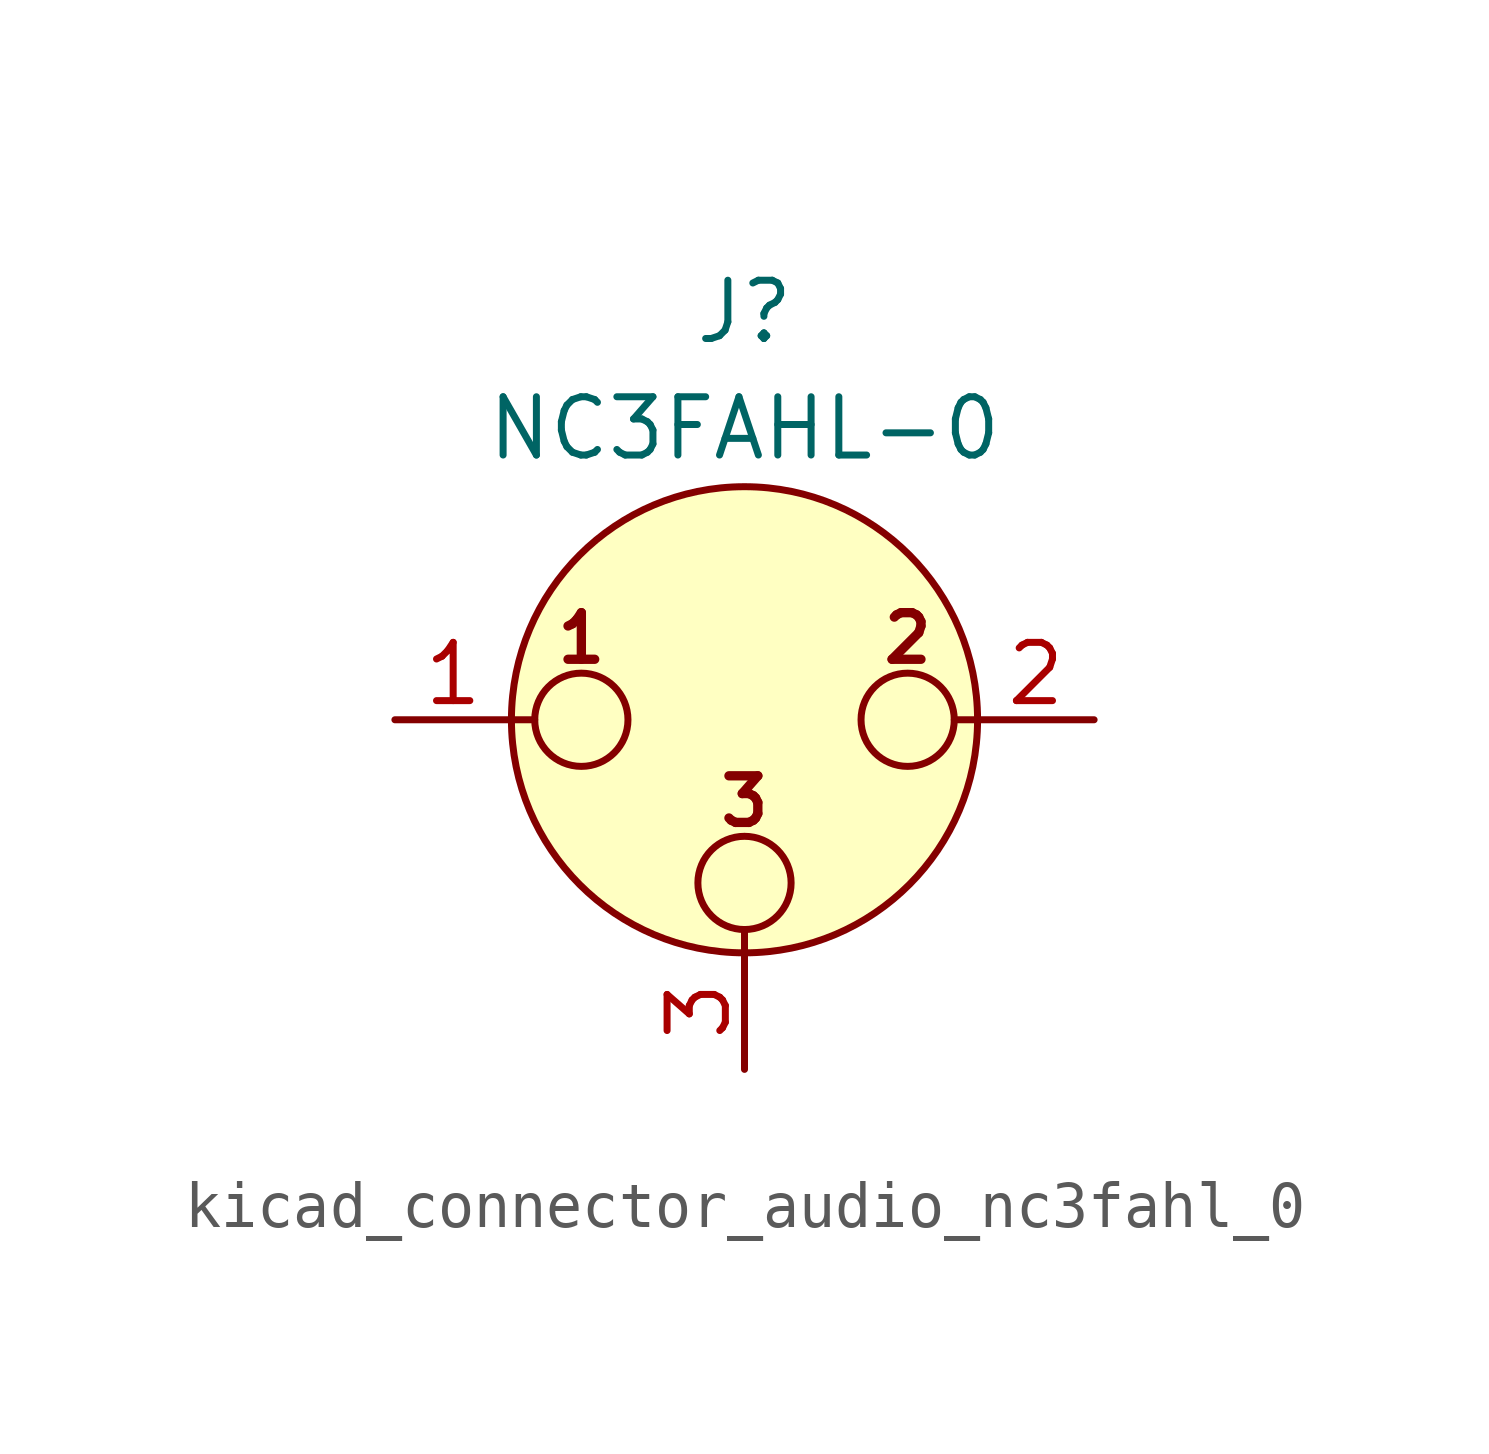
<source format=kicad_sym>
(kicad_symbol_lib
  (version 20220914)
  (generator kicad_symbol_editor)
  (symbol "kicad_connector_audio_nc3fahl_0"
    (pin_names hide)
    (property "Reference" "J"
      (at 0 8.89 0)
      (effects (font (size 1.27 1.27))))
    (property "Value" "NC3FAHL-0"
      (at 0 6.35 0)
      (effects (font (size 1.27 1.27))))
    (symbol "kicad_connector_audio_nc3fahl_0_0_1"
      (circle (center -3.556 0) (radius 1.016) (stroke (width 0) (type default)) (fill (type none)))
      (circle (center 0 -3.556) (radius 1.016) (stroke (width 0) (type default)) (fill (type none)))
      (polyline (pts (xy -5.08 0) (xy -4.572 0)) (stroke (width 0) (type default)) (fill (type none)))
      (polyline (pts (xy 0 -5.08) (xy 0 -4.572)) (stroke (width 0) (type default)) (fill (type none)))
      (polyline (pts (xy 5.08 0) (xy 4.572 0)) (stroke (width 0) (type default)) (fill (type none)))
      (circle (center 0 0) (radius 5.08) (stroke (width 0) (type default)) (fill (type background)))
      (circle (center 3.556 0) (radius 1.016) (stroke (width 0) (type default)) (fill (type none)))
      (text "1" (at -3.556 1.778 0) (effects (font (size 1.016 1.016) bold)))
      (text "2" (at 3.556 1.778 0) (effects (font (size 1.016 1.016) bold)))
      (text "3" (at 0 -1.778 0) (effects (font (size 1.016 1.016) bold)))
      (pin passive line (at -7.62 0 0) (length 2.54) (name "~" (effects (font (size 1.27 1.27)))) (number "1" (effects (font (size 1.27 1.27)))))
      (pin passive line (at 7.62 0 180) (length 2.54) (name "~" (effects (font (size 1.27 1.27)))) (number "2" (effects (font (size 1.27 1.27)))))
      (pin passive line (at 0 -7.62 90) (length 2.54) (name "~" (effects (font (size 1.27 1.27)))) (number "3" (effects (font (size 1.27 1.27))))))))
</source>
